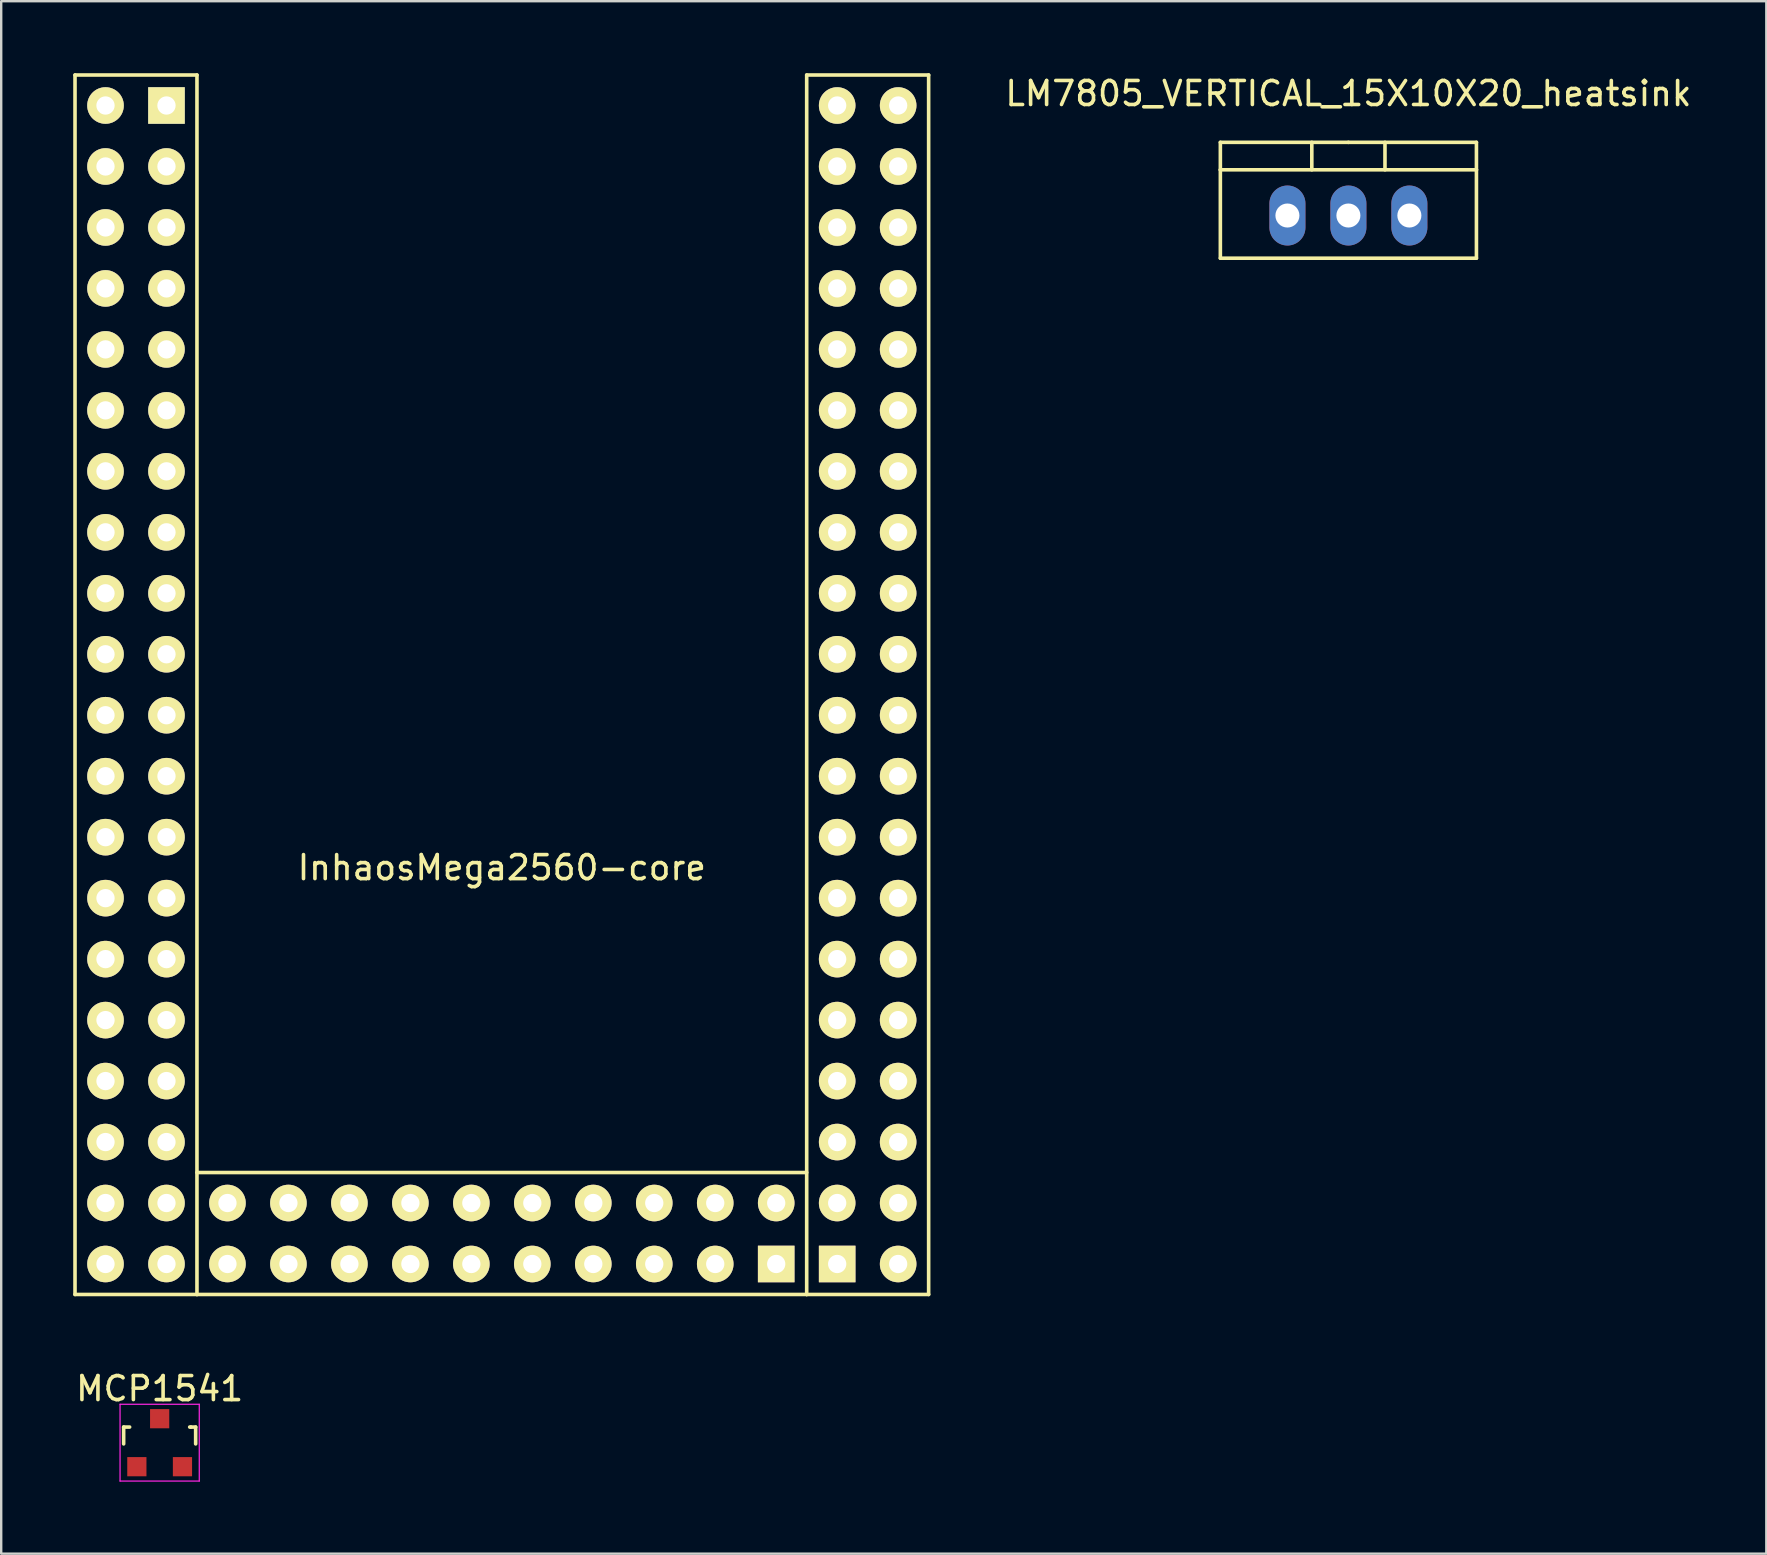
<source format=kicad_pcb>
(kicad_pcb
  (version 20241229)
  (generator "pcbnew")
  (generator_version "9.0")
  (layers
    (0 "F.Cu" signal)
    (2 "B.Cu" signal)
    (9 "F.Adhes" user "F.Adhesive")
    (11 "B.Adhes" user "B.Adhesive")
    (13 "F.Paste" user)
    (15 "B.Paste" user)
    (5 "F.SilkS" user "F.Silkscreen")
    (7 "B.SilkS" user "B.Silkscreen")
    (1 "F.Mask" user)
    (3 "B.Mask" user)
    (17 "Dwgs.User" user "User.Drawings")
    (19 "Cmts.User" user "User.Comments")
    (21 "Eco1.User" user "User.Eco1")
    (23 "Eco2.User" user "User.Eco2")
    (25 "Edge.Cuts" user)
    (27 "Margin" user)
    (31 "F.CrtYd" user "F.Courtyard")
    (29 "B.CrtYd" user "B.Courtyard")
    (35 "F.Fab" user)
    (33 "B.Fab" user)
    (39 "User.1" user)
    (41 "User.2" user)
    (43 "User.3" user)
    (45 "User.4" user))
  (footprint "MCP1541"
    (layer "F.Cu")
    (at 3.601 57.048)
    (property "Reference" "MCP1541" (at 0 -2.25 0) (layer "F.SilkS") (effects (font (size 1 1) (thickness 0.15))))
    (attr smd)
    (fp_line (start -1.5 -0.65) (end -1.251 -0.65) (stroke (width 0.15) (type solid)) (layer "F.SilkS"))
    (fp_line (start -1.5 0.051) (end -1.5 -0.65) (stroke (width 0.15) (type solid)) (layer "F.SilkS"))
    (fp_line (start 1.299 -0.65) (end 1.251 -0.65) (stroke (width 0.15) (type solid)) (layer "F.SilkS"))
    (fp_line (start 1.299 -0.65) (end 1.5 -0.65) (stroke (width 0.15) (type solid)) (layer "F.SilkS"))
    (fp_line (start 1.5 -0.65) (end 1.5 0.051) (stroke (width 0.15) (type solid)) (layer "F.SilkS"))
    (fp_line (start -1.65 -1.6) (end 1.65 -1.6) (stroke (width 0.05) (type solid)) (layer "F.CrtYd"))
    (fp_line (start -1.65 1.6) (end -1.65 -1.6) (stroke (width 0.05) (type solid)) (layer "F.CrtYd"))
    (fp_line (start 1.65 -1.6) (end 1.65 1.6) (stroke (width 0.05) (type solid)) (layer "F.CrtYd"))
    (fp_line (start 1.65 1.6) (end -1.65 1.6) (stroke (width 0.05) (type solid)) (layer "F.CrtYd"))
    (pad "1" smd rect (at -0.95 1.001) (size 0.8 0.8) (layers "F.Cu" "F.Mask" "F.Paste"))
    (pad "2" smd rect (at 0.95 1.001) (size 0.8 0.8) (layers "F.Cu" "F.Mask" "F.Paste"))
    (pad "3" smd rect (at 0 -0.998) (size 0.8 0.8) (layers "F.Cu" "F.Mask" "F.Paste")))
  (footprint "LM7805_VERTICAL_15X10X20_heatsink"
    (layer "F.Cu")
    (at 53.121 5.928)
    (property "Reference" "LM7805_VERTICAL_15X10X20_heatsink" (at 0 -5.08 0) (layer "F.SilkS") (effects (font (size 1 1) (thickness 0.15))))
    (attr through_hole)
    (fp_line (start -5.334 -1.905) (end -5.334 -3.048) (stroke (width 0.15) (type solid)) (layer "F.SilkS"))
    (fp_line (start -5.334 1.778) (end -5.334 -1.905) (stroke (width 0.15) (type solid)) (layer "F.SilkS"))
    (fp_line (start -1.524 -3.048) (end -1.524 -1.905) (stroke (width 0.15) (type solid)) (layer "F.SilkS"))
    (fp_line (start 0 -3.048) (end -5.334 -3.048) (stroke (width 0.15) (type solid)) (layer "F.SilkS"))
    (fp_line (start 0 -3.048) (end 5.334 -3.048) (stroke (width 0.15) (type solid)) (layer "F.SilkS"))
    (fp_line (start 1.524 -3.048) (end 1.524 -1.905) (stroke (width 0.15) (type solid)) (layer "F.SilkS"))
    (fp_line (start 5.334 -3.048) (end 5.334 -1.905) (stroke (width 0.15) (type solid)) (layer "F.SilkS"))
    (fp_line (start 5.334 -1.905) (end -5.334 -1.905) (stroke (width 0.15) (type solid)) (layer "F.SilkS"))
    (fp_line (start 5.334 -1.905) (end 5.334 1.778) (stroke (width 0.15) (type solid)) (layer "F.SilkS"))
    (fp_line (start 5.334 1.778) (end -5.334 1.778) (stroke (width 0.15) (type solid)) (layer "F.SilkS"))
    (pad "GND" thru_hole oval (at 0 0 90) (size 2.499 1.501) (drill 1.001) (layers "*.Cu" "*.Mask"))
    (pad "VI" thru_hole oval (at -2.54 0 90) (size 2.499 1.501) (drill 1.001) (layers "*.Cu" "*.Mask"))
    (pad "VO" thru_hole oval (at 2.54 0 90) (size 2.499 1.501) (drill 1.001) (layers "*.Cu" "*.Mask")))
  (footprint "InhaosMega2560-core"
    (layer "F.Cu")
    (at 17.855 25.475)
    (property "Reference" "InhaosMega2560-core" (at 0 7.62 0) (layer "F.SilkS") (effects (font (size 1 1) (thickness 0.15))))
    (attr through_hole)
    (fp_line (start -17.78 -25.4) (end -12.7 -25.4) (stroke (width 0.15) (type solid)) (layer "F.SilkS"))
    (fp_line (start -17.78 25.4) (end -17.78 -25.4) (stroke (width 0.15) (type solid)) (layer "F.SilkS"))
    (fp_line (start -12.7 -25.4) (end -12.7 25.4) (stroke (width 0.15) (type solid)) (layer "F.SilkS"))
    (fp_line (start -12.7 20.32) (end 12.7 20.32) (stroke (width 0.15) (type solid)) (layer "F.SilkS"))
    (fp_line (start -12.7 25.4) (end -17.78 25.4) (stroke (width 0.15) (type solid)) (layer "F.SilkS"))
    (fp_line (start -12.7 25.4) (end 12.7 25.4) (stroke (width 0.15) (type solid)) (layer "F.SilkS"))
    (fp_line (start 12.7 -25.4) (end 17.78 -25.4) (stroke (width 0.15) (type solid)) (layer "F.SilkS"))
    (fp_line (start 12.7 25.4) (end 12.7 -25.4) (stroke (width 0.15) (type solid)) (layer "F.SilkS"))
    (fp_line (start 17.78 -25.4) (end 17.78 25.4) (stroke (width 0.15) (type solid)) (layer "F.SilkS"))
    (fp_line (start 17.78 25.4) (end 12.7 25.4) (stroke (width 0.15) (type solid)) (layer "F.SilkS"))
    (pad "1" thru_hole rect (at -13.97 -24.13) (size 1.524 1.524) (drill 0.762) (layers "*.Cu" "*.Mask" "F.SilkS"))
    (pad "2" thru_hole circle (at -16.51 -24.13) (size 1.524 1.524) (drill 0.762) (layers "*.Cu" "*.Mask" "F.SilkS"))
    (pad "3" thru_hole circle (at -13.97 -21.59) (size 1.524 1.524) (drill 0.762) (layers "*.Cu" "*.Mask" "F.SilkS"))
    (pad "4" thru_hole circle (at -16.51 -21.59) (size 1.524 1.524) (drill 0.762) (layers "*.Cu" "*.Mask" "F.SilkS"))
    (pad "5" thru_hole circle (at -13.97 -19.05) (size 1.524 1.524) (drill 0.762) (layers "*.Cu" "*.Mask" "F.SilkS"))
    (pad "6" thru_hole circle (at -16.51 -19.05) (size 1.524 1.524) (drill 0.762) (layers "*.Cu" "*.Mask" "F.SilkS"))
    (pad "7" thru_hole circle (at -13.97 -16.51) (size 1.524 1.524) (drill 0.762) (layers "*.Cu" "*.Mask" "F.SilkS"))
    (pad "8" thru_hole circle (at -16.51 -16.51) (size 1.524 1.524) (drill 0.762) (layers "*.Cu" "*.Mask" "F.SilkS"))
    (pad "9" thru_hole circle (at -13.97 -13.97) (size 1.524 1.524) (drill 0.762) (layers "*.Cu" "*.Mask" "F.SilkS"))
    (pad "10" thru_hole circle (at -16.51 -13.97) (size 1.524 1.524) (drill 0.762) (layers "*.Cu" "*.Mask" "F.SilkS"))
    (pad "11" thru_hole circle (at -13.97 -11.43) (size 1.524 1.524) (drill 0.762) (layers "*.Cu" "*.Mask" "F.SilkS"))
    (pad "12" thru_hole circle (at -16.51 -11.43) (size 1.524 1.524) (drill 0.762) (layers "*.Cu" "*.Mask" "F.SilkS"))
    (pad "13" thru_hole circle (at -13.97 -8.89) (size 1.524 1.524) (drill 0.762) (layers "*.Cu" "*.Mask" "F.SilkS"))
    (pad "14" thru_hole circle (at -16.51 -8.89) (size 1.524 1.524) (drill 0.762) (layers "*.Cu" "*.Mask" "F.SilkS"))
    (pad "15" thru_hole circle (at -13.97 -6.35) (size 1.524 1.524) (drill 0.762) (layers "*.Cu" "*.Mask" "F.SilkS"))
    (pad "16" thru_hole circle (at -16.51 -6.35) (size 1.524 1.524) (drill 0.762) (layers "*.Cu" "*.Mask" "F.SilkS"))
    (pad "17" thru_hole circle (at -13.97 -3.81) (size 1.524 1.524) (drill 0.762) (layers "*.Cu" "*.Mask" "F.SilkS"))
    (pad "18" thru_hole circle (at -16.51 -3.81) (size 1.524 1.524) (drill 0.762) (layers "*.Cu" "*.Mask" "F.SilkS"))
    (pad "19" thru_hole circle (at -13.97 -1.27) (size 1.524 1.524) (drill 0.762) (layers "*.Cu" "*.Mask" "F.SilkS"))
    (pad "20" thru_hole circle (at -16.51 -1.27) (size 1.524 1.524) (drill 0.762) (layers "*.Cu" "*.Mask" "F.SilkS"))
    (pad "21" thru_hole circle (at -13.97 1.27) (size 1.524 1.524) (drill 0.762) (layers "*.Cu" "*.Mask" "F.SilkS"))
    (pad "22" thru_hole circle (at -16.51 1.27) (size 1.524 1.524) (drill 0.762) (layers "*.Cu" "*.Mask" "F.SilkS"))
    (pad "23" thru_hole circle (at -13.97 3.81) (size 1.524 1.524) (drill 0.762) (layers "*.Cu" "*.Mask" "F.SilkS"))
    (pad "24" thru_hole circle (at -16.51 3.81) (size 1.524 1.524) (drill 0.762) (layers "*.Cu" "*.Mask" "F.SilkS"))
    (pad "25" thru_hole circle (at -13.97 6.35) (size 1.524 1.524) (drill 0.762) (layers "*.Cu" "*.Mask" "F.SilkS"))
    (pad "26" thru_hole circle (at -16.51 6.35) (size 1.524 1.524) (drill 0.762) (layers "*.Cu" "*.Mask" "F.SilkS"))
    (pad "27" thru_hole circle (at -13.97 8.89) (size 1.524 1.524) (drill 0.762) (layers "*.Cu" "*.Mask" "F.SilkS"))
    (pad "28" thru_hole circle (at -16.51 8.89) (size 1.524 1.524) (drill 0.762) (layers "*.Cu" "*.Mask" "F.SilkS"))
    (pad "29" thru_hole circle (at -13.97 11.43) (size 1.524 1.524) (drill 0.762) (layers "*.Cu" "*.Mask" "F.SilkS"))
    (pad "30" thru_hole circle (at -16.51 11.43) (size 1.524 1.524) (drill 0.762) (layers "*.Cu" "*.Mask" "F.SilkS"))
    (pad "31" thru_hole circle (at -13.97 13.97) (size 1.524 1.524) (drill 0.762) (layers "*.Cu" "*.Mask" "F.SilkS"))
    (pad "32" thru_hole circle (at -16.51 13.97) (size 1.524 1.524) (drill 0.762) (layers "*.Cu" "*.Mask" "F.SilkS"))
    (pad "33" thru_hole circle (at -13.97 16.51) (size 1.524 1.524) (drill 0.762) (layers "*.Cu" "*.Mask" "F.SilkS"))
    (pad "34" thru_hole circle (at -16.51 16.51) (size 1.524 1.524) (drill 0.762) (layers "*.Cu" "*.Mask" "F.SilkS"))
    (pad "35" thru_hole circle (at -13.97 19.05) (size 1.524 1.524) (drill 0.762) (layers "*.Cu" "*.Mask" "F.SilkS"))
    (pad "36" thru_hole circle (at -16.51 19.05) (size 1.524 1.524) (drill 0.762) (layers "*.Cu" "*.Mask" "F.SilkS"))
    (pad "37" thru_hole circle (at -13.97 21.59) (size 1.524 1.524) (drill 0.762) (layers "*.Cu" "*.Mask" "F.SilkS"))
    (pad "38" thru_hole circle (at -16.51 21.59) (size 1.524 1.524) (drill 0.762) (layers "*.Cu" "*.Mask" "F.SilkS"))
    (pad "39" thru_hole circle (at -13.97 24.13) (size 1.524 1.524) (drill 0.762) (layers "*.Cu" "*.Mask" "F.SilkS"))
    (pad "40" thru_hole circle (at -16.51 24.13) (size 1.524 1.524) (drill 0.762) (layers "*.Cu" "*.Mask" "F.SilkS"))
    (pad "41" thru_hole rect (at 13.97 24.13) (size 1.524 1.524) (drill 0.762) (layers "*.Cu" "*.Mask" "F.SilkS"))
    (pad "42" thru_hole circle (at 16.51 24.13) (size 1.524 1.524) (drill 0.762) (layers "*.Cu" "*.Mask" "F.SilkS"))
    (pad "43" thru_hole circle (at 13.97 21.59) (size 1.524 1.524) (drill 0.762) (layers "*.Cu" "*.Mask" "F.SilkS"))
    (pad "44" thru_hole circle (at 16.51 21.59) (size 1.524 1.524) (drill 0.762) (layers "*.Cu" "*.Mask" "F.SilkS"))
    (pad "45" thru_hole circle (at 13.97 19.05) (size 1.524 1.524) (drill 0.762) (layers "*.Cu" "*.Mask" "F.SilkS"))
    (pad "46" thru_hole circle (at 16.51 19.05) (size 1.524 1.524) (drill 0.762) (layers "*.Cu" "*.Mask" "F.SilkS"))
    (pad "47" thru_hole circle (at 13.97 16.51) (size 1.524 1.524) (drill 0.762) (layers "*.Cu" "*.Mask" "F.SilkS"))
    (pad "48" thru_hole circle (at 16.51 16.51) (size 1.524 1.524) (drill 0.762) (layers "*.Cu" "*.Mask" "F.SilkS"))
    (pad "49" thru_hole circle (at 13.97 13.97) (size 1.524 1.524) (drill 0.762) (layers "*.Cu" "*.Mask" "F.SilkS"))
    (pad "50" thru_hole circle (at 16.51 13.97) (size 1.524 1.524) (drill 0.762) (layers "*.Cu" "*.Mask" "F.SilkS"))
    (pad "51" thru_hole circle (at 13.97 11.43) (size 1.524 1.524) (drill 0.762) (layers "*.Cu" "*.Mask" "F.SilkS"))
    (pad "52" thru_hole circle (at 16.51 11.43) (size 1.524 1.524) (drill 0.762) (layers "*.Cu" "*.Mask" "F.SilkS"))
    (pad "53" thru_hole circle (at 13.97 8.89) (size 1.524 1.524) (drill 0.762) (layers "*.Cu" "*.Mask" "F.SilkS"))
    (pad "54" thru_hole circle (at 16.51 8.89) (size 1.524 1.524) (drill 0.762) (layers "*.Cu" "*.Mask" "F.SilkS"))
    (pad "55" thru_hole circle (at 13.97 6.35) (size 1.524 1.524) (drill 0.762) (layers "*.Cu" "*.Mask" "F.SilkS"))
    (pad "56" thru_hole circle (at 16.51 6.35) (size 1.524 1.524) (drill 0.762) (layers "*.Cu" "*.Mask" "F.SilkS"))
    (pad "57" thru_hole circle (at 13.97 3.81) (size 1.524 1.524) (drill 0.762) (layers "*.Cu" "*.Mask" "F.SilkS"))
    (pad "58" thru_hole circle (at 16.51 3.81) (size 1.524 1.524) (drill 0.762) (layers "*.Cu" "*.Mask" "F.SilkS"))
    (pad "59" thru_hole circle (at 13.97 1.27) (size 1.524 1.524) (drill 0.762) (layers "*.Cu" "*.Mask" "F.SilkS"))
    (pad "60" thru_hole circle (at 16.51 1.27) (size 1.524 1.524) (drill 0.762) (layers "*.Cu" "*.Mask" "F.SilkS"))
    (pad "61" thru_hole circle (at 13.97 -1.27) (size 1.524 1.524) (drill 0.762) (layers "*.Cu" "*.Mask" "F.SilkS"))
    (pad "62" thru_hole circle (at 16.51 -1.27) (size 1.524 1.524) (drill 0.762) (layers "*.Cu" "*.Mask" "F.SilkS"))
    (pad "63" thru_hole circle (at 13.97 -3.81) (size 1.524 1.524) (drill 0.762) (layers "*.Cu" "*.Mask" "F.SilkS"))
    (pad "64" thru_hole circle (at 16.51 -3.81) (size 1.524 1.524) (drill 0.762) (layers "*.Cu" "*.Mask" "F.SilkS"))
    (pad "65" thru_hole circle (at 13.97 -6.35) (size 1.524 1.524) (drill 0.762) (layers "*.Cu" "*.Mask" "F.SilkS"))
    (pad "66" thru_hole circle (at 16.51 -6.35) (size 1.524 1.524) (drill 0.762) (layers "*.Cu" "*.Mask" "F.SilkS"))
    (pad "67" thru_hole circle (at 13.97 -8.89) (size 1.524 1.524) (drill 0.762) (layers "*.Cu" "*.Mask" "F.SilkS"))
    (pad "68" thru_hole circle (at 16.51 -8.89) (size 1.524 1.524) (drill 0.762) (layers "*.Cu" "*.Mask" "F.SilkS"))
    (pad "69" thru_hole circle (at 13.97 -11.43) (size 1.524 1.524) (drill 0.762) (layers "*.Cu" "*.Mask" "F.SilkS"))
    (pad "70" thru_hole circle (at 16.51 -11.43) (size 1.524 1.524) (drill 0.762) (layers "*.Cu" "*.Mask" "F.SilkS"))
    (pad "71" thru_hole circle (at 13.97 -13.97) (size 1.524 1.524) (drill 0.762) (layers "*.Cu" "*.Mask" "F.SilkS"))
    (pad "72" thru_hole circle (at 16.51 -13.97) (size 1.524 1.524) (drill 0.762) (layers "*.Cu" "*.Mask" "F.SilkS"))
    (pad "73" thru_hole circle (at 13.97 -16.51) (size 1.524 1.524) (drill 0.762) (layers "*.Cu" "*.Mask" "F.SilkS"))
    (pad "74" thru_hole circle (at 16.51 -16.51) (size 1.524 1.524) (drill 0.762) (layers "*.Cu" "*.Mask" "F.SilkS"))
    (pad "75" thru_hole circle (at 13.97 -19.05) (size 1.524 1.524) (drill 0.762) (layers "*.Cu" "*.Mask" "F.SilkS"))
    (pad "76" thru_hole circle (at 16.51 -19.05) (size 1.524 1.524) (drill 0.762) (layers "*.Cu" "*.Mask" "F.SilkS"))
    (pad "77" thru_hole circle (at 13.97 -21.59) (size 1.524 1.524) (drill 0.762) (layers "*.Cu" "*.Mask" "F.SilkS"))
    (pad "78" thru_hole circle (at 16.51 -21.59) (size 1.524 1.524) (drill 0.762) (layers "*.Cu" "*.Mask" "F.SilkS"))
    (pad "79" thru_hole circle (at 13.97 -24.13) (size 1.524 1.524) (drill 0.762) (layers "*.Cu" "*.Mask" "F.SilkS"))
    (pad "80" thru_hole circle (at 16.51 -24.13) (size 1.524 1.524) (drill 0.762) (layers "*.Cu" "*.Mask" "F.SilkS"))
    (pad "81" thru_hole rect (at 11.43 24.13) (size 1.524 1.524) (drill 0.762) (layers "*.Cu" "*.Mask" "F.SilkS"))
    (pad "82" thru_hole circle (at 11.43 21.59) (size 1.524 1.524) (drill 0.762) (layers "*.Cu" "*.Mask" "F.SilkS"))
    (pad "83" thru_hole circle (at 8.89 24.13) (size 1.524 1.524) (drill 0.762) (layers "*.Cu" "*.Mask" "F.SilkS"))
    (pad "84" thru_hole circle (at 8.89 21.59) (size 1.524 1.524) (drill 0.762) (layers "*.Cu" "*.Mask" "F.SilkS"))
    (pad "85" thru_hole circle (at 6.35 24.13) (size 1.524 1.524) (drill 0.762) (layers "*.Cu" "*.Mask" "F.SilkS"))
    (pad "86" thru_hole circle (at 6.35 21.59) (size 1.524 1.524) (drill 0.762) (layers "*.Cu" "*.Mask" "F.SilkS"))
    (pad "87" thru_hole circle (at 3.81 24.13) (size 1.524 1.524) (drill 0.762) (layers "*.Cu" "*.Mask" "F.SilkS"))
    (pad "88" thru_hole circle (at 3.81 21.59) (size 1.524 1.524) (drill 0.762) (layers "*.Cu" "*.Mask" "F.SilkS"))
    (pad "89" thru_hole circle (at 1.27 24.13) (size 1.524 1.524) (drill 0.762) (layers "*.Cu" "*.Mask" "F.SilkS"))
    (pad "90" thru_hole circle (at 1.27 21.59) (size 1.524 1.524) (drill 0.762) (layers "*.Cu" "*.Mask" "F.SilkS"))
    (pad "91" thru_hole circle (at -1.27 24.13) (size 1.524 1.524) (drill 0.762) (layers "*.Cu" "*.Mask" "F.SilkS"))
    (pad "92" thru_hole circle (at -1.27 21.59) (size 1.524 1.524) (drill 0.762) (layers "*.Cu" "*.Mask" "F.SilkS"))
    (pad "93" thru_hole circle (at -3.81 24.13) (size 1.524 1.524) (drill 0.762) (layers "*.Cu" "*.Mask" "F.SilkS"))
    (pad "94" thru_hole circle (at -3.81 21.59) (size 1.524 1.524) (drill 0.762) (layers "*.Cu" "*.Mask" "F.SilkS"))
    (pad "95" thru_hole circle (at -6.35 24.13) (size 1.524 1.524) (drill 0.762) (layers "*.Cu" "*.Mask" "F.SilkS"))
    (pad "96" thru_hole circle (at -6.35 21.59) (size 1.524 1.524) (drill 0.762) (layers "*.Cu" "*.Mask" "F.SilkS"))
    (pad "97" thru_hole circle (at -8.89 24.13) (size 1.524 1.524) (drill 0.762) (layers "*.Cu" "*.Mask" "F.SilkS"))
    (pad "98" thru_hole circle (at -8.89 21.59) (size 1.524 1.524) (drill 0.762) (layers "*.Cu" "*.Mask" "F.SilkS"))
    (pad "99" thru_hole circle (at -11.43 24.13) (size 1.524 1.524) (drill 0.762) (layers "*.Cu" "*.Mask" "F.SilkS"))
    (pad "100" thru_hole circle (at -11.43 21.59) (size 1.524 1.524) (drill 0.762) (layers "*.Cu" "*.Mask" "F.SilkS")))
  (gr_rect
    (start -3 -3)
    (end 70.531 61.673)
    (stroke (width 0.1) (type default))
    (fill no)
    (layer "Edge.Cuts")))
</source>
